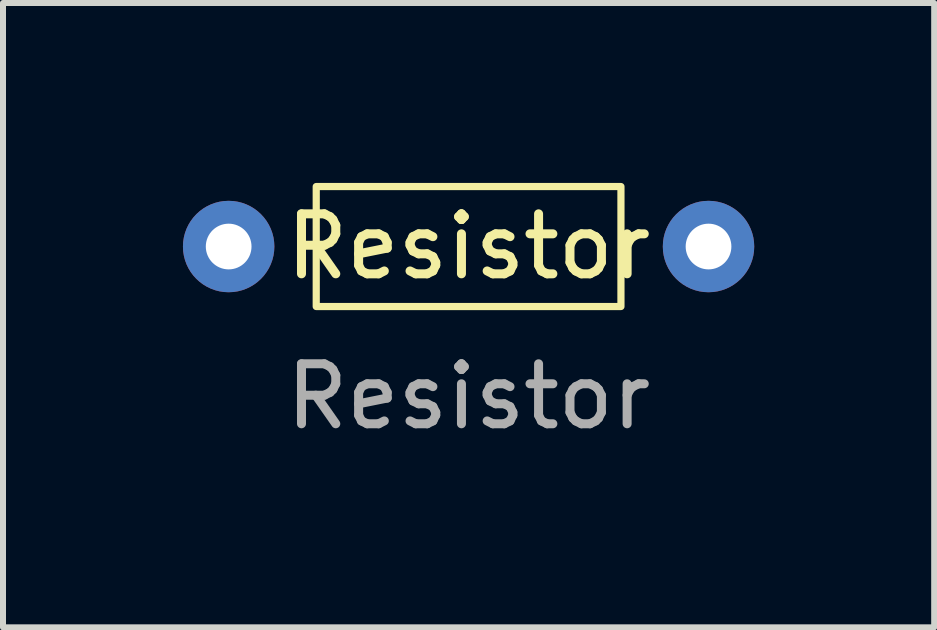
<source format=kicad_pcb>
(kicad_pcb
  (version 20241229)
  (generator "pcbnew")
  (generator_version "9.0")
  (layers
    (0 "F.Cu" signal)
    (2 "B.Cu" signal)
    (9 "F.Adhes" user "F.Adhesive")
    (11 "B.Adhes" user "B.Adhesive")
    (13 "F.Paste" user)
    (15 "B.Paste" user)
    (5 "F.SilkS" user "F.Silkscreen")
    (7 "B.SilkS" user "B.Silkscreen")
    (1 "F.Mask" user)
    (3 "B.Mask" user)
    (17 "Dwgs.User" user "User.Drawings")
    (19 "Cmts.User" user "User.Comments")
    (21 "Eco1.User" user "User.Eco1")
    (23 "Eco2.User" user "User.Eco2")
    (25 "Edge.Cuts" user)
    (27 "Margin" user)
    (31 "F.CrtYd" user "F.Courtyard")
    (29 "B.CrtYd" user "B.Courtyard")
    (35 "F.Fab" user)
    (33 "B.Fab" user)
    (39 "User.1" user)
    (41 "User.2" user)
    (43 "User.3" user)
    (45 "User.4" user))
  (footprint "Resistor"
    (layer "F.Cu")
    (at 4.762 1.06)
    (property "Reference" "Resistor" (at 0 0 0) (unlocked yes) (layer "F.SilkS") (effects (font (size 1 1) (thickness 0.15))))
    (attr through_hole)
    (fp_rect (start -2.54 -1) (end 2.54 1) (stroke (width 0.12) (type solid)) (fill no) (layer "F.SilkS"))
    (fp_text user "${REFERENCE}" (at 0 2.5 0) (unlocked yes) (layer "F.Fab") (effects (font (size 1 1) (thickness 0.15))))
    (pad "1" thru_hole circle (at -4 0) (size 1.524 1.524) (drill 0.762) (layers "*.Cu" "*.Mask"))
    (pad "2" thru_hole circle (at 4 0) (size 1.524 1.524) (drill 0.762) (layers "*.Cu" "*.Mask")))
  (gr_rect
    (start -3 -3)
    (end 12.524 7.408)
    (stroke (width 0.1) (type default))
    (fill no)
    (layer "Edge.Cuts")))
</source>
